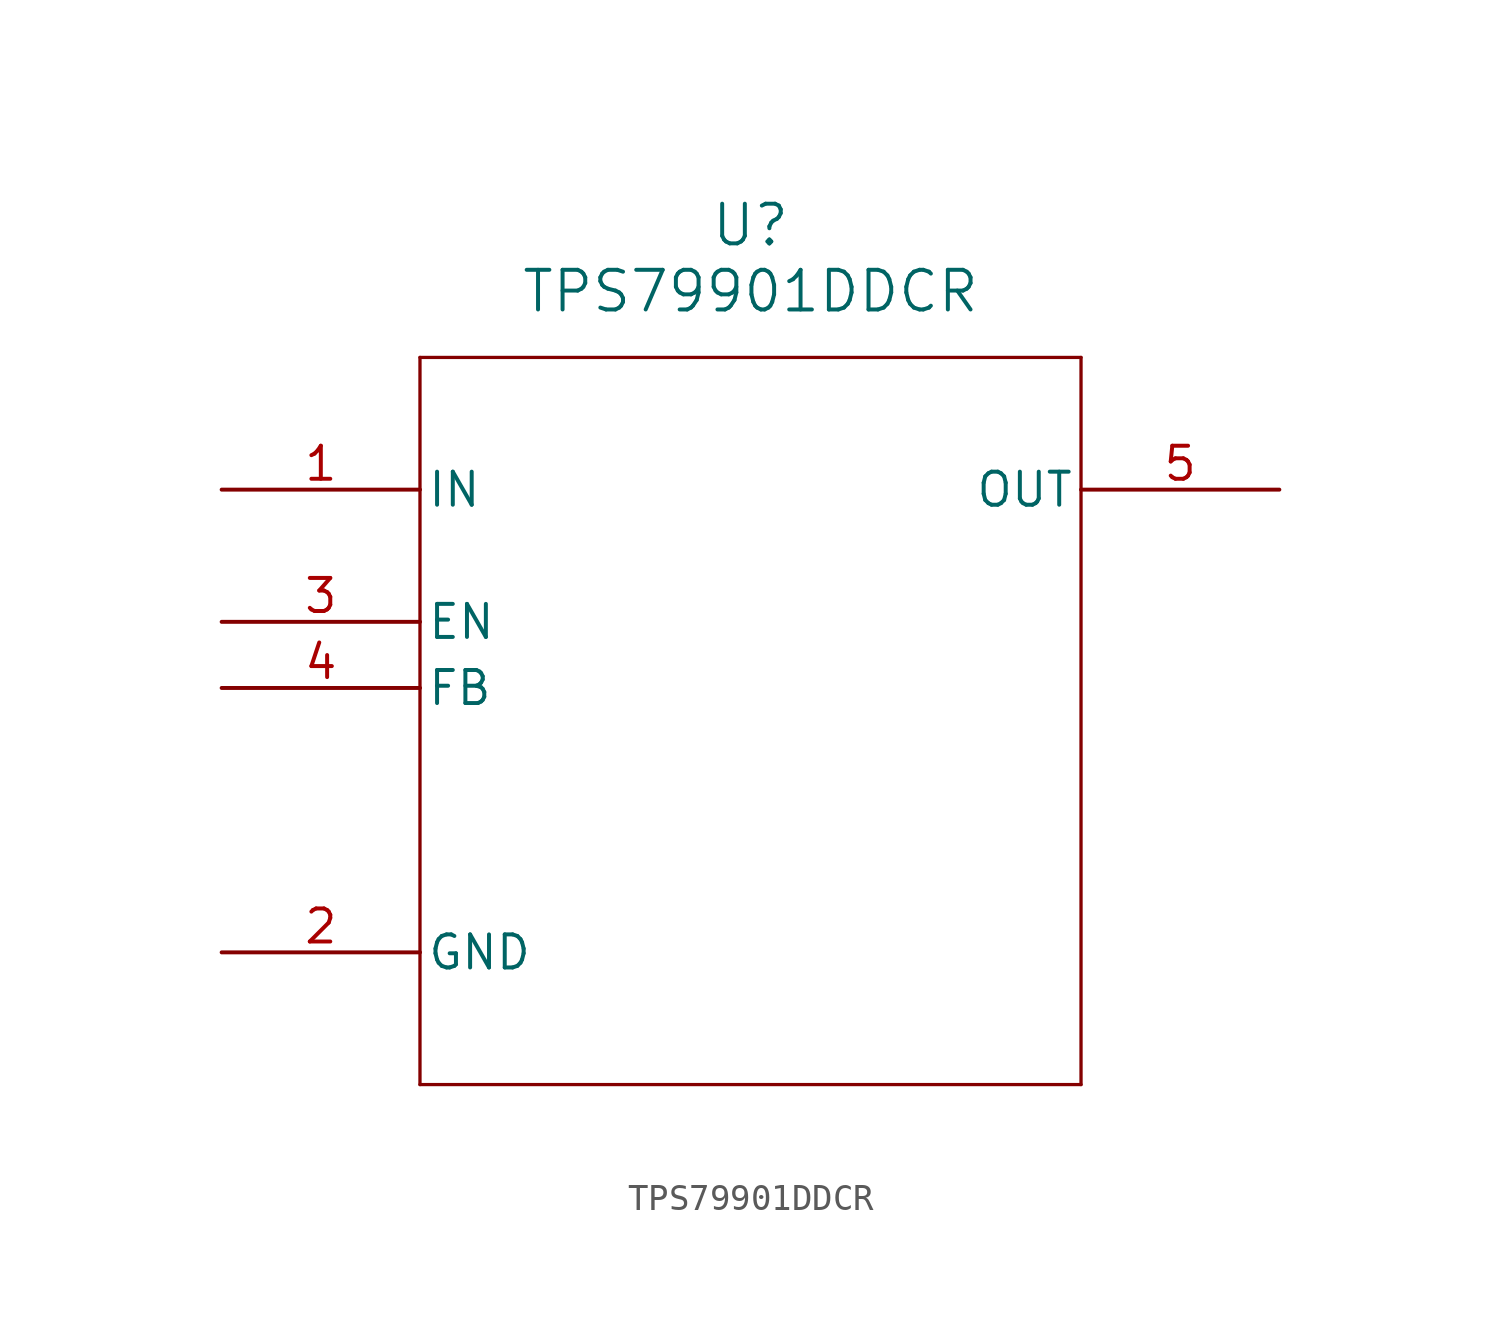
<source format=kicad_sym>
(kicad_symbol_lib
  (version 20211014)
  (generator kicad_symbol_editor)
  (symbol "TPS79901DDCR"
    (pin_names
      (offset 0.254))
    (property "Reference" "U"
      (at 20.32 10.16 0)
      (effects (font (size 1.524 1.524))))
    (property "Value" "TPS79901DDCR"
      (at 20.32 7.62 0)
      (effects (font (size 1.524 1.524))))
    (symbol "TPS79901DDCR_0_1"
      (polyline (pts (xy 7.62 5.08) (xy 7.62 -22.86)) (stroke (width 0.127) (type default) (color 0 0 0 0)) (fill (type none)))
      (polyline (pts (xy 7.62 -22.86) (xy 33.02 -22.86)) (stroke (width 0.127) (type default) (color 0 0 0 0)) (fill (type none)))
      (polyline (pts (xy 33.02 -22.86) (xy 33.02 5.08)) (stroke (width 0.127) (type default) (color 0 0 0 0)) (fill (type none)))
      (polyline (pts (xy 33.02 5.08) (xy 7.62 5.08)) (stroke (width 0.127) (type default) (color 0 0 0 0)) (fill (type none)))
      (pin input line (at 0 0 0) (length 7.62) (name "IN" (effects (font (size 1.27 1.27)))) (number "1" (effects (font (size 1.27 1.27)))))
      (pin power_in line (at 0 -17.78 0) (length 7.62) (name "GND" (effects (font (size 1.27 1.27)))) (number "2" (effects (font (size 1.27 1.27)))))
      (pin unspecified line (at 0 -5.08 0) (length 7.62) (name "EN" (effects (font (size 1.27 1.27)))) (number "3" (effects (font (size 1.27 1.27)))))
      (pin unspecified line (at 0 -7.62 0) (length 7.62) (name "FB" (effects (font (size 1.27 1.27)))) (number "4" (effects (font (size 1.27 1.27)))))
      (pin output line (at 40.64 0 180) (length 7.62) (name "OUT" (effects (font (size 1.27 1.27)))) (number "5" (effects (font (size 1.27 1.27))))))))
</source>
